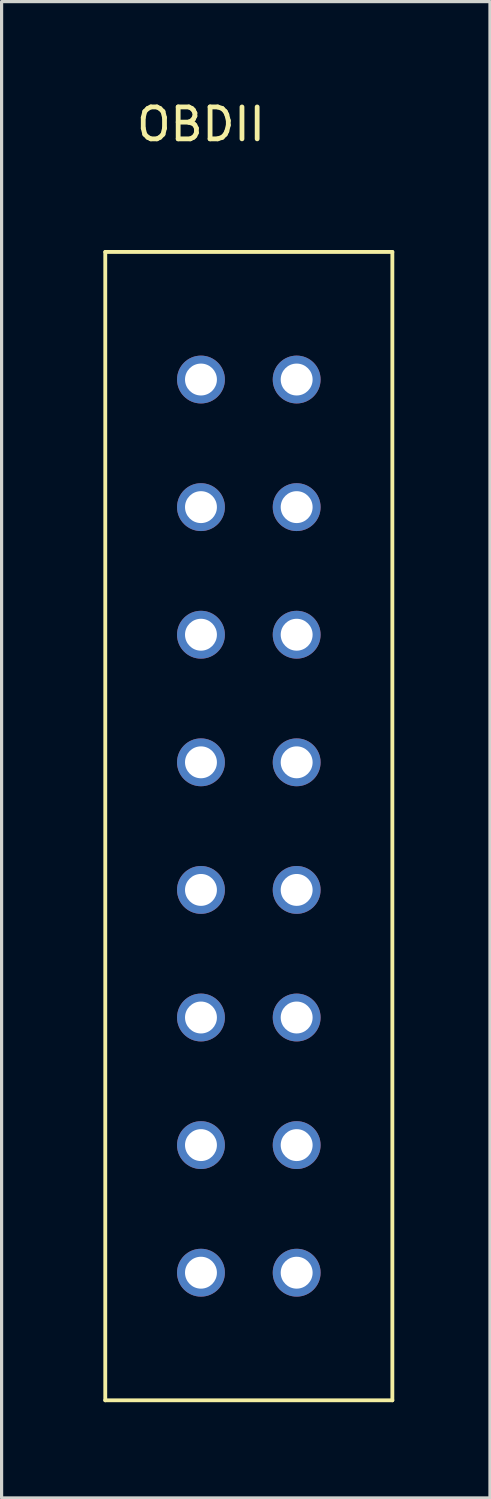
<source format=kicad_pcb>
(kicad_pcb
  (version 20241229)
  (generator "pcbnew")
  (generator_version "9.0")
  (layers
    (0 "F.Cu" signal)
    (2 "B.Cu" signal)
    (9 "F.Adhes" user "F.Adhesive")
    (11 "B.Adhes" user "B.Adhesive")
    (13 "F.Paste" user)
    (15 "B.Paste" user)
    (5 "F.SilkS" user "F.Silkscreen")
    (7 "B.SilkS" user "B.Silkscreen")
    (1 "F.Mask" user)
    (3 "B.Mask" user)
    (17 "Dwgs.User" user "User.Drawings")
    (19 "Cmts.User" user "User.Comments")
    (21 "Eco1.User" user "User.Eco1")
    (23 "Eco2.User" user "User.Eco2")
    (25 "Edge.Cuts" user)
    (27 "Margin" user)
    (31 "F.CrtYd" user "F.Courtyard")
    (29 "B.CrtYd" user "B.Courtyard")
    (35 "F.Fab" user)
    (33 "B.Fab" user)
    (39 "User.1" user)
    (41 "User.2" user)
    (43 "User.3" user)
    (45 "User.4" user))
  (footprint "OBDII"
    (layer "F.Cu")
    (at 0.25 12.848)
    (property "Reference" "OBDII" (at 3 -12 0) (layer "F.SilkS") (effects (font (size 1 1) (thickness 0.15))))
    (attr through_hole)
    (fp_line (start 0 -8) (end 9 -8) (stroke (width 0.12) (type solid)) (layer "F.SilkS"))
    (fp_line (start 0 28) (end 0 -8) (stroke (width 0.12) (type solid)) (layer "F.SilkS"))
    (fp_line (start 9 -8) (end 9 28) (stroke (width 0.12) (type solid)) (layer "F.SilkS"))
    (fp_line (start 9 28) (end 0 28) (stroke (width 0.12) (type solid)) (layer "F.SilkS"))
    (pad "1" thru_hole circle (at 3 -4) (size 1.5 1.5) (drill 1) (layers "*.Cu" "F.Mask"))
    (pad "2" thru_hole circle (at 3 0) (size 1.5 1.5) (drill 1) (layers "*.Cu" "F.Mask"))
    (pad "3" thru_hole circle (at 3 4) (size 1.5 1.5) (drill 1) (layers "*.Cu" "F.Mask"))
    (pad "4" thru_hole circle (at 3 8) (size 1.5 1.5) (drill 1) (layers "*.Cu" "F.Mask"))
    (pad "5" thru_hole circle (at 3 12) (size 1.5 1.5) (drill 1) (layers "*.Cu" "F.Mask"))
    (pad "6" thru_hole circle (at 3 16) (size 1.5 1.5) (drill 1) (layers "*.Cu" "F.Mask"))
    (pad "7" thru_hole circle (at 3 20) (size 1.5 1.5) (drill 1) (layers "*.Cu" "F.Mask"))
    (pad "8" thru_hole circle (at 3 24) (size 1.5 1.5) (drill 1) (layers "*.Cu" "F.Mask"))
    (pad "9" thru_hole circle (at 6 -4) (size 1.5 1.5) (drill 1) (layers "*.Cu" "F.Mask"))
    (pad "10" thru_hole circle (at 6 0) (size 1.5 1.5) (drill 1) (layers "*.Cu" "F.Mask"))
    (pad "11" thru_hole circle (at 6 4) (size 1.5 1.5) (drill 1) (layers "*.Cu" "F.Mask"))
    (pad "12" thru_hole circle (at 6 8) (size 1.5 1.5) (drill 1) (layers "*.Cu" "F.Mask"))
    (pad "13" thru_hole circle (at 6 12) (size 1.5 1.5) (drill 1) (layers "*.Cu" "F.Mask"))
    (pad "14" thru_hole circle (at 6 16) (size 1.5 1.5) (drill 1) (layers "*.Cu" "F.Mask"))
    (pad "15" thru_hole circle (at 6 20) (size 1.5 1.5) (drill 1) (layers "*.Cu" "F.Mask"))
    (pad "16" thru_hole circle (at 6 24) (size 1.5 1.5) (drill 1) (layers "*.Cu" "F.Mask")))
  (gr_rect
    (start -3 -3)
    (end 12.31 43.908)
    (stroke (width 0.1) (type default))
    (fill no)
    (layer "Edge.Cuts")))
</source>
